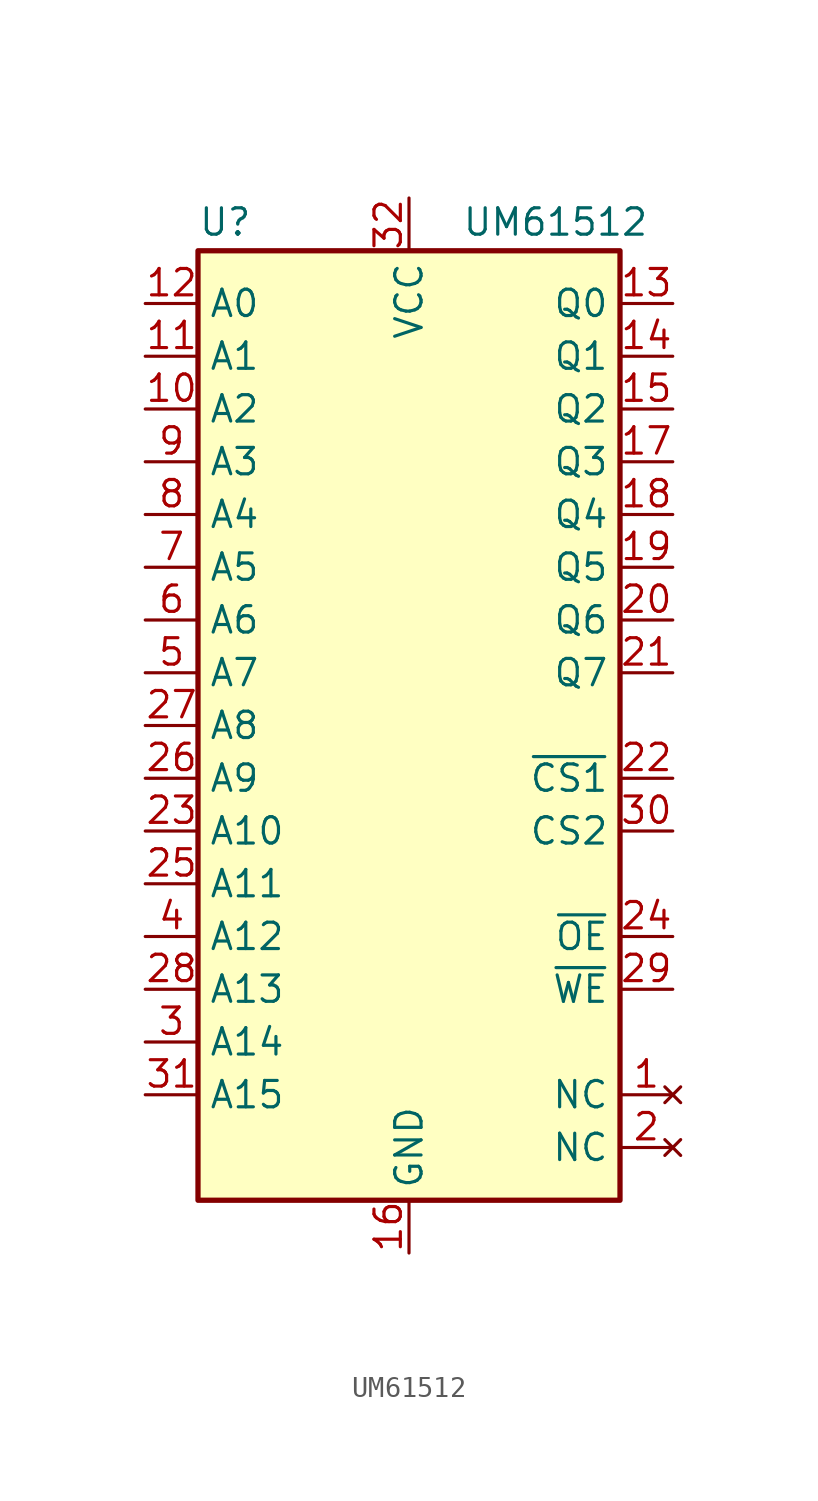
<source format=kicad_sym>
(kicad_symbol_lib
  (version 20241209)
  (generator "kicad_symbol_editor")
  (generator_version "9.0")
  (symbol "UM61512"
    (property "Reference" "U"
      (at -10.16 20.955 0)
      (effects (font (size 1.27 1.27)) (justify left bottom)))
    (property "Value" "UM61512"
      (at 2.54 20.955 0)
      (effects (font (size 1.27 1.27)) (justify left bottom)))
    (symbol "UM61512_0_1"
      (rectangle (start -10.16 20.32) (end 10.16 -25.4) (stroke (width 0.254) (type default)) (fill (type background))))
    (symbol "UM61512_1_0"
      (pin power_in line (at 0 22.86 270) (length 2.54) (name "VCC" (effects (font (size 1.27 1.27)))) (number "32" (effects (font (size 1.27 1.27)))))
      (pin power_in line (at 0 -27.94 90) (length 2.54) (name "GND" (effects (font (size 1.27 1.27)))) (number "16" (effects (font (size 1.27 1.27))))))
    (symbol "UM61512_1_1"
      (pin input line (at -12.7 17.78 0) (length 2.54) (name "A0" (effects (font (size 1.27 1.27)))) (number "12" (effects (font (size 1.27 1.27)))))
      (pin input line (at -12.7 15.24 0) (length 2.54) (name "A1" (effects (font (size 1.27 1.27)))) (number "11" (effects (font (size 1.27 1.27)))))
      (pin input line (at -12.7 12.7 0) (length 2.54) (name "A2" (effects (font (size 1.27 1.27)))) (number "10" (effects (font (size 1.27 1.27)))))
      (pin input line (at -12.7 10.16 0) (length 2.54) (name "A3" (effects (font (size 1.27 1.27)))) (number "9" (effects (font (size 1.27 1.27)))))
      (pin input line (at -12.7 7.62 0) (length 2.54) (name "A4" (effects (font (size 1.27 1.27)))) (number "8" (effects (font (size 1.27 1.27)))))
      (pin input line (at -12.7 5.08 0) (length 2.54) (name "A5" (effects (font (size 1.27 1.27)))) (number "7" (effects (font (size 1.27 1.27)))))
      (pin input line (at -12.7 2.54 0) (length 2.54) (name "A6" (effects (font (size 1.27 1.27)))) (number "6" (effects (font (size 1.27 1.27)))))
      (pin input line (at -12.7 0 0) (length 2.54) (name "A7" (effects (font (size 1.27 1.27)))) (number "5" (effects (font (size 1.27 1.27)))))
      (pin input line (at -12.7 -2.54 0) (length 2.54) (name "A8" (effects (font (size 1.27 1.27)))) (number "27" (effects (font (size 1.27 1.27)))))
      (pin input line (at -12.7 -5.08 0) (length 2.54) (name "A9" (effects (font (size 1.27 1.27)))) (number "26" (effects (font (size 1.27 1.27)))))
      (pin input line (at -12.7 -7.62 0) (length 2.54) (name "A10" (effects (font (size 1.27 1.27)))) (number "23" (effects (font (size 1.27 1.27)))))
      (pin input line (at -12.7 -10.16 0) (length 2.54) (name "A11" (effects (font (size 1.27 1.27)))) (number "25" (effects (font (size 1.27 1.27)))))
      (pin input line (at -12.7 -12.7 0) (length 2.54) (name "A12" (effects (font (size 1.27 1.27)))) (number "4" (effects (font (size 1.27 1.27)))))
      (pin input line (at -12.7 -15.24 0) (length 2.54) (name "A13" (effects (font (size 1.27 1.27)))) (number "28" (effects (font (size 1.27 1.27)))))
      (pin input line (at -12.7 -17.78 0) (length 2.54) (name "A14" (effects (font (size 1.27 1.27)))) (number "3" (effects (font (size 1.27 1.27)))))
      (pin input line (at -12.7 -20.32 0) (length 2.54) (name "A15" (effects (font (size 1.27 1.27)))) (number "31" (effects (font (size 1.27 1.27)))))
      (pin tri_state line (at 12.7 17.78 180) (length 2.54) (name "Q0" (effects (font (size 1.27 1.27)))) (number "13" (effects (font (size 1.27 1.27)))))
      (pin tri_state line (at 12.7 15.24 180) (length 2.54) (name "Q1" (effects (font (size 1.27 1.27)))) (number "14" (effects (font (size 1.27 1.27)))))
      (pin tri_state line (at 12.7 12.7 180) (length 2.54) (name "Q2" (effects (font (size 1.27 1.27)))) (number "15" (effects (font (size 1.27 1.27)))))
      (pin tri_state line (at 12.7 10.16 180) (length 2.54) (name "Q3" (effects (font (size 1.27 1.27)))) (number "17" (effects (font (size 1.27 1.27)))))
      (pin tri_state line (at 12.7 7.62 180) (length 2.54) (name "Q4" (effects (font (size 1.27 1.27)))) (number "18" (effects (font (size 1.27 1.27)))))
      (pin tri_state line (at 12.7 5.08 180) (length 2.54) (name "Q5" (effects (font (size 1.27 1.27)))) (number "19" (effects (font (size 1.27 1.27)))))
      (pin tri_state line (at 12.7 2.54 180) (length 2.54) (name "Q6" (effects (font (size 1.27 1.27)))) (number "20" (effects (font (size 1.27 1.27)))))
      (pin tri_state line (at 12.7 0 180) (length 2.54) (name "Q7" (effects (font (size 1.27 1.27)))) (number "21" (effects (font (size 1.27 1.27)))))
      (pin input line (at 12.7 -5.08 180) (length 2.54) (name "~{CS1}" (effects (font (size 1.27 1.27)))) (number "22" (effects (font (size 1.27 1.27)))))
      (pin input line (at 12.7 -7.62 180) (length 2.54) (name "CS2" (effects (font (size 1.27 1.27)))) (number "30" (effects (font (size 1.27 1.27)))))
      (pin input line (at 12.7 -12.7 180) (length 2.54) (name "~{OE}" (effects (font (size 1.27 1.27)))) (number "24" (effects (font (size 1.27 1.27)))))
      (pin input line (at 12.7 -15.24 180) (length 2.54) (name "~{WE}" (effects (font (size 1.27 1.27)))) (number "29" (effects (font (size 1.27 1.27)))))
      (pin no_connect line (at 12.7 -20.32 180) (length 2.54) (name "NC" (effects (font (size 1.27 1.27)))) (number "1" (effects (font (size 1.27 1.27)))))
      (pin no_connect line (at 12.7 -22.86 180) (length 2.54) (name "NC" (effects (font (size 1.27 1.27)))) (number "2" (effects (font (size 1.27 1.27))))))))
</source>
